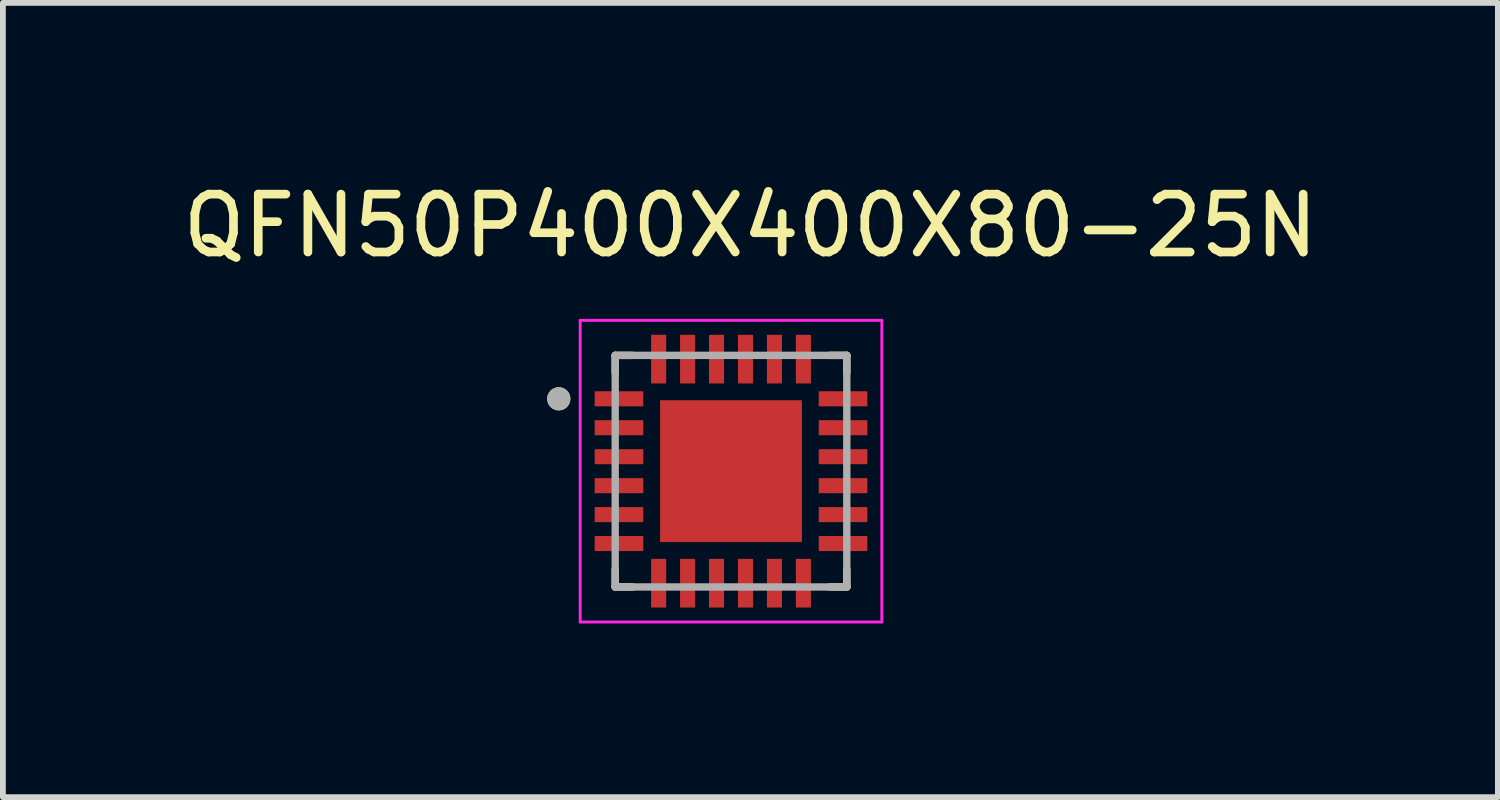
<source format=kicad_pcb>
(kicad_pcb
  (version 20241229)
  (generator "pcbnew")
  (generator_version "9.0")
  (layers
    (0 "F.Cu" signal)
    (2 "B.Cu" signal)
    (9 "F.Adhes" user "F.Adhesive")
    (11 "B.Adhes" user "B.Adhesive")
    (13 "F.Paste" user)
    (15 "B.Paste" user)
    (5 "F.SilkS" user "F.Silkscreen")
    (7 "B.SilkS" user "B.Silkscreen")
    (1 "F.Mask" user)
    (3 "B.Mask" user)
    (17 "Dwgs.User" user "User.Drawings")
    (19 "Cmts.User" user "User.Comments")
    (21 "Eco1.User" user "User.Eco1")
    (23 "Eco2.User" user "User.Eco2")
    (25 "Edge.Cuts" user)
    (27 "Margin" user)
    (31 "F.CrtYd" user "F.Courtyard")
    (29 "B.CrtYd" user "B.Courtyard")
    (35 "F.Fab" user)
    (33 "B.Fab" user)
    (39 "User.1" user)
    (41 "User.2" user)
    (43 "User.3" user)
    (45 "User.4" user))
  (footprint "QFN50P400X400X80-25N"
    (layer "F.Cu")
    (at 9.576 5.088)
    (property "Reference" "QFN50P400X400X80-25N" (at 0.335 -4.24 0) (layer "F.SilkS") (effects (font (size 1 1) (thickness 0.15))))
    (attr through_hole)
    (fp_line (start -2 -2) (end -2 -1.7) (stroke (width 0.127) (type solid)) (layer "F.SilkS"))
    (fp_line (start -2 -2) (end -1.7 -2) (stroke (width 0.127) (type solid)) (layer "F.SilkS"))
    (fp_line (start -2 2) (end -2 1.7) (stroke (width 0.127) (type solid)) (layer "F.SilkS"))
    (fp_line (start -2 2) (end -1.7 2) (stroke (width 0.127) (type solid)) (layer "F.SilkS"))
    (fp_line (start 2 -2) (end 1.7 -2) (stroke (width 0.127) (type solid)) (layer "F.SilkS"))
    (fp_line (start 2 -2) (end 2 -1.7) (stroke (width 0.127) (type solid)) (layer "F.SilkS"))
    (fp_line (start 2 2) (end 1.7 2) (stroke (width 0.127) (type solid)) (layer "F.SilkS"))
    (fp_line (start 2 2) (end 2 1.7) (stroke (width 0.127) (type solid)) (layer "F.SilkS"))
    (fp_circle (center -2.975 -1.25) (end -2.875 -1.25) (stroke (width 0.2) (type solid)) (fill no) (layer "F.SilkS"))
    (fp_poly (pts (xy -0.77 -0.77) (xy 0.77 -0.77) (xy 0.77 0.77) (xy -0.77 0.77)) (stroke (width 0.01) (type solid)) (fill yes) (layer "F.Paste"))
    (fp_line (start -2.605 -2.605) (end 2.605 -2.605) (stroke (width 0.05) (type solid)) (layer "F.CrtYd"))
    (fp_line (start -2.605 2.605) (end -2.605 -2.605) (stroke (width 0.05) (type solid)) (layer "F.CrtYd"))
    (fp_line (start -2.605 2.605) (end 2.605 2.605) (stroke (width 0.05) (type solid)) (layer "F.CrtYd"))
    (fp_line (start 2.605 2.605) (end 2.605 -2.605) (stroke (width 0.05) (type solid)) (layer "F.CrtYd"))
    (fp_line (start -2 2) (end -2 -2) (stroke (width 0.127) (type solid)) (layer "F.Fab"))
    (fp_line (start 2 -2) (end -2 -2) (stroke (width 0.127) (type solid)) (layer "F.Fab"))
    (fp_line (start 2 2) (end -2 2) (stroke (width 0.127) (type solid)) (layer "F.Fab"))
    (fp_line (start 2 2) (end 2 -2) (stroke (width 0.127) (type solid)) (layer "F.Fab"))
    (fp_circle (center -2.975 -1.25) (end -2.875 -1.25) (stroke (width 0.2) (type solid)) (fill no) (layer "F.Fab"))
    (pad "1" smd roundrect (at -1.935 -1.25) (size 0.84 0.26) (layers "F.Cu" "F.Mask" "F.Paste") (roundrect_rratio 0.03))
    (pad "2" smd roundrect (at -1.935 -0.75) (size 0.84 0.26) (layers "F.Cu" "F.Mask" "F.Paste") (roundrect_rratio 0.03))
    (pad "3" smd roundrect (at -1.935 -0.25) (size 0.84 0.26) (layers "F.Cu" "F.Mask" "F.Paste") (roundrect_rratio 0.03))
    (pad "4" smd roundrect (at -1.935 0.25) (size 0.84 0.26) (layers "F.Cu" "F.Mask" "F.Paste") (roundrect_rratio 0.03))
    (pad "5" smd roundrect (at -1.935 0.75) (size 0.84 0.26) (layers "F.Cu" "F.Mask" "F.Paste") (roundrect_rratio 0.03))
    (pad "6" smd roundrect (at -1.935 1.25) (size 0.84 0.26) (layers "F.Cu" "F.Mask" "F.Paste") (roundrect_rratio 0.03))
    (pad "7" smd roundrect (at -1.25 1.935 90) (size 0.84 0.26) (layers "F.Cu" "F.Mask" "F.Paste") (roundrect_rratio 0.03))
    (pad "8" smd roundrect (at -0.75 1.935 90) (size 0.84 0.26) (layers "F.Cu" "F.Mask" "F.Paste") (roundrect_rratio 0.03))
    (pad "9" smd roundrect (at -0.25 1.935 90) (size 0.84 0.26) (layers "F.Cu" "F.Mask" "F.Paste") (roundrect_rratio 0.03))
    (pad "10" smd roundrect (at 0.25 1.935 90) (size 0.84 0.26) (layers "F.Cu" "F.Mask" "F.Paste") (roundrect_rratio 0.03))
    (pad "11" smd roundrect (at 0.75 1.935 90) (size 0.84 0.26) (layers "F.Cu" "F.Mask" "F.Paste") (roundrect_rratio 0.03))
    (pad "12" smd roundrect (at 1.25 1.935 90) (size 0.84 0.26) (layers "F.Cu" "F.Mask" "F.Paste") (roundrect_rratio 0.03))
    (pad "13" smd roundrect (at 1.935 1.25) (size 0.84 0.26) (layers "F.Cu" "F.Mask" "F.Paste") (roundrect_rratio 0.03))
    (pad "14" smd roundrect (at 1.935 0.75) (size 0.84 0.26) (layers "F.Cu" "F.Mask" "F.Paste") (roundrect_rratio 0.03))
    (pad "15" smd roundrect (at 1.935 0.25) (size 0.84 0.26) (layers "F.Cu" "F.Mask" "F.Paste") (roundrect_rratio 0.03))
    (pad "16" smd roundrect (at 1.935 -0.25) (size 0.84 0.26) (layers "F.Cu" "F.Mask" "F.Paste") (roundrect_rratio 0.03))
    (pad "17" smd roundrect (at 1.935 -0.75) (size 0.84 0.26) (layers "F.Cu" "F.Mask" "F.Paste") (roundrect_rratio 0.03))
    (pad "18" smd roundrect (at 1.935 -1.25) (size 0.84 0.26) (layers "F.Cu" "F.Mask" "F.Paste") (roundrect_rratio 0.03))
    (pad "19" smd roundrect (at 1.25 -1.935 90) (size 0.84 0.26) (layers "F.Cu" "F.Mask" "F.Paste") (roundrect_rratio 0.03))
    (pad "20" smd roundrect (at 0.75 -1.935 90) (size 0.84 0.26) (layers "F.Cu" "F.Mask" "F.Paste") (roundrect_rratio 0.03))
    (pad "21" smd roundrect (at 0.25 -1.935 90) (size 0.84 0.26) (layers "F.Cu" "F.Mask" "F.Paste") (roundrect_rratio 0.03))
    (pad "22" smd roundrect (at -0.25 -1.935 90) (size 0.84 0.26) (layers "F.Cu" "F.Mask" "F.Paste") (roundrect_rratio 0.03))
    (pad "23" smd roundrect (at -0.75 -1.935 90) (size 0.84 0.26) (layers "F.Cu" "F.Mask" "F.Paste") (roundrect_rratio 0.03))
    (pad "24" smd roundrect (at -1.25 -1.935 90) (size 0.84 0.26) (layers "F.Cu" "F.Mask" "F.Paste") (roundrect_rratio 0.03))
    (pad "25" smd rect (at 0 0) (size 2.45 2.45) (layers "F.Cu" "F.Mask")))
  (gr_rect
    (start -3 -3)
    (end 22.821 10.718)
    (stroke (width 0.1) (type default))
    (fill no)
    (layer "Edge.Cuts")))
</source>
